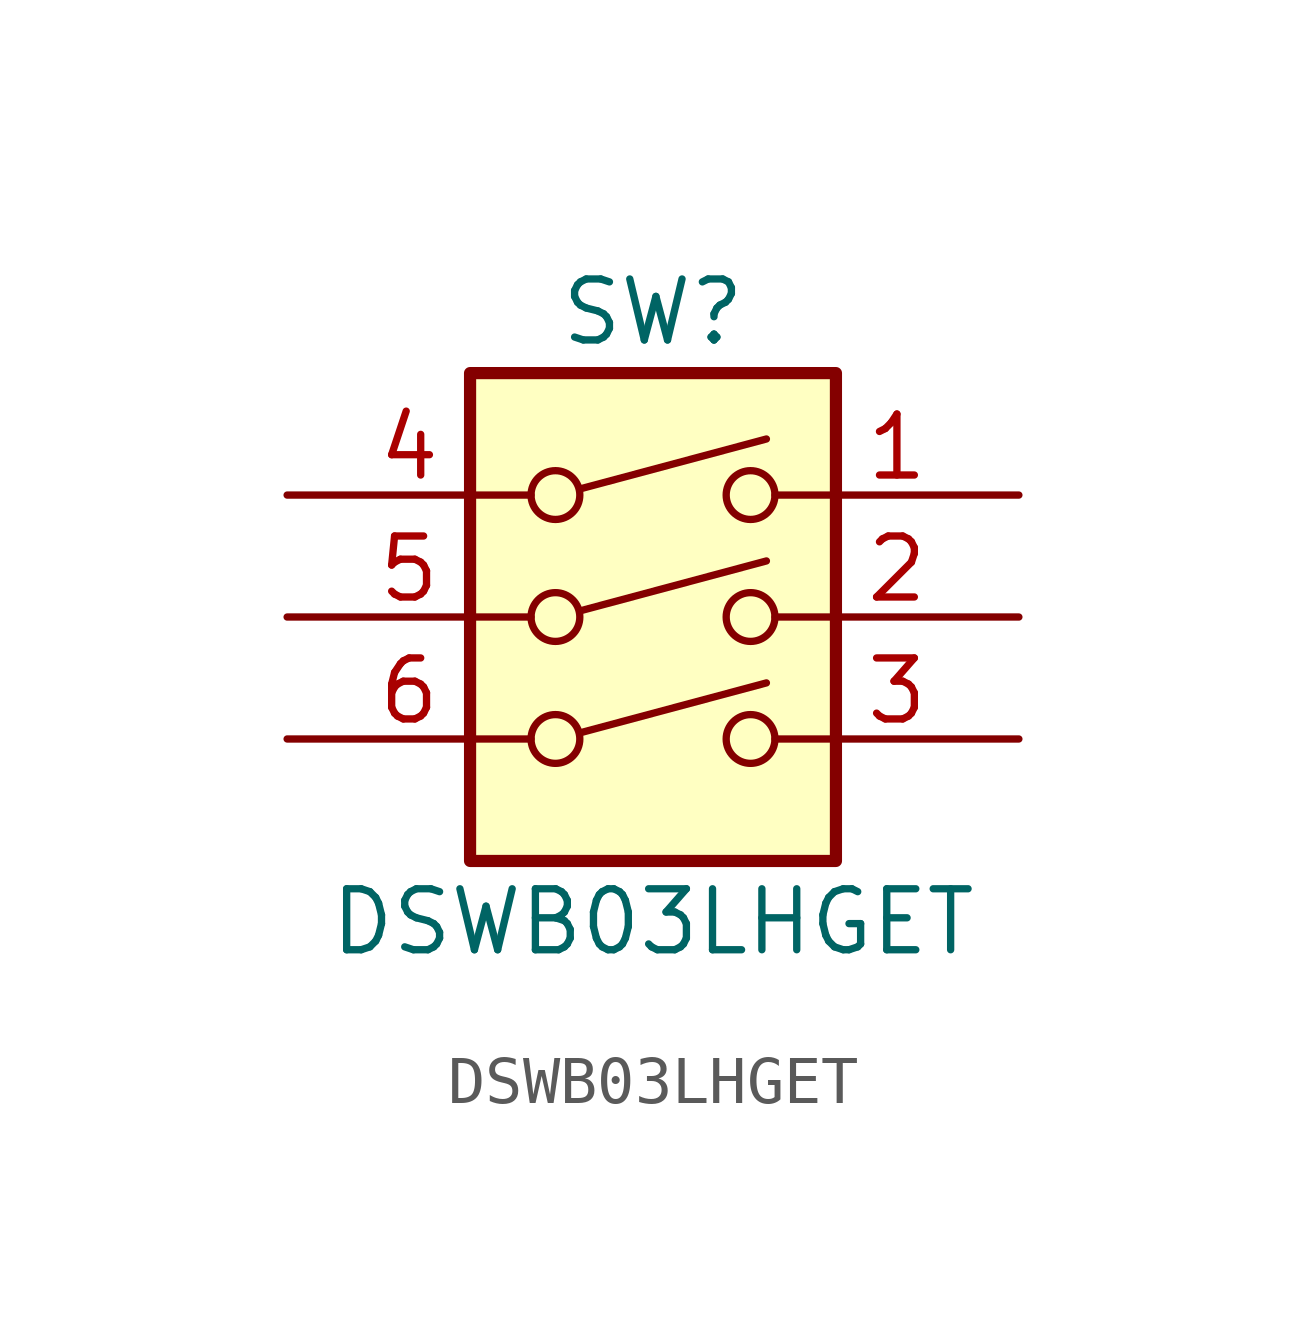
<source format=kicad_sym>
(kicad_symbol_lib
  (version 20231120)
  (generator "kicad_symbol_editor")
  (generator_version "8.0")
  (symbol "DSWB03LHGET"
    (pin_names
      (offset 0) hide)
    (property "Reference" "SW"
      (at 0 6.35 0)
      (effects (font (size 1.27 1.27))))
    (property "Value" "DSWB03LHGET"
      (at 0 -6.35 0)
      (effects (font (size 1.27 1.27))))
    (symbol "DSWB03LHGET_0_0"
      (circle (center -2.032 -2.54) (radius 0.508) (stroke (width 0) (type default)) (fill (type none)))
      (circle (center -2.032 0) (radius 0.508) (stroke (width 0) (type default)) (fill (type none)))
      (circle (center -2.032 2.54) (radius 0.508) (stroke (width 0) (type default)) (fill (type none)))
      (polyline (pts (xy -1.524 -2.413) (xy 2.362 -1.372)) (stroke (width 0) (type default)) (fill (type none)))
      (polyline (pts (xy -1.524 0.127) (xy 2.362 1.168)) (stroke (width 0) (type default)) (fill (type none)))
      (polyline (pts (xy -1.524 2.667) (xy 2.362 3.708)) (stroke (width 0) (type default)) (fill (type none)))
      (circle (center 2.032 -2.54) (radius 0.508) (stroke (width 0) (type default)) (fill (type none)))
      (circle (center 2.032 0) (radius 0.508) (stroke (width 0) (type default)) (fill (type none)))
      (circle (center 2.032 2.54) (radius 0.508) (stroke (width 0) (type default)) (fill (type none))))
    (symbol "DSWB03LHGET_0_1"
      (rectangle (start -3.81 5.08) (end 3.81 -5.08) (stroke (width 0.254) (type default)) (fill (type background))))
    (symbol "DSWB03LHGET_1_1"
      (pin passive line (at 7.62 2.54 180) (length 5.08) (name "~" (effects (font (size 1.27 1.27)))) (number "1" (effects (font (size 1.27 1.27)))))
      (pin passive line (at 7.62 0 180) (length 5.08) (name "~" (effects (font (size 1.27 1.27)))) (number "2" (effects (font (size 1.27 1.27)))))
      (pin passive line (at 7.62 -2.54 180) (length 5.08) (name "~" (effects (font (size 1.27 1.27)))) (number "3" (effects (font (size 1.27 1.27)))))
      (pin passive line (at -7.62 2.54 0) (length 5.08) (name "~" (effects (font (size 1.27 1.27)))) (number "4" (effects (font (size 1.27 1.27)))))
      (pin passive line (at -7.62 0 0) (length 5.08) (name "~" (effects (font (size 1.27 1.27)))) (number "5" (effects (font (size 1.27 1.27)))))
      (pin passive line (at -7.62 -2.54 0) (length 5.08) (name "~" (effects (font (size 1.27 1.27)))) (number "6" (effects (font (size 1.27 1.27))))))))
</source>
